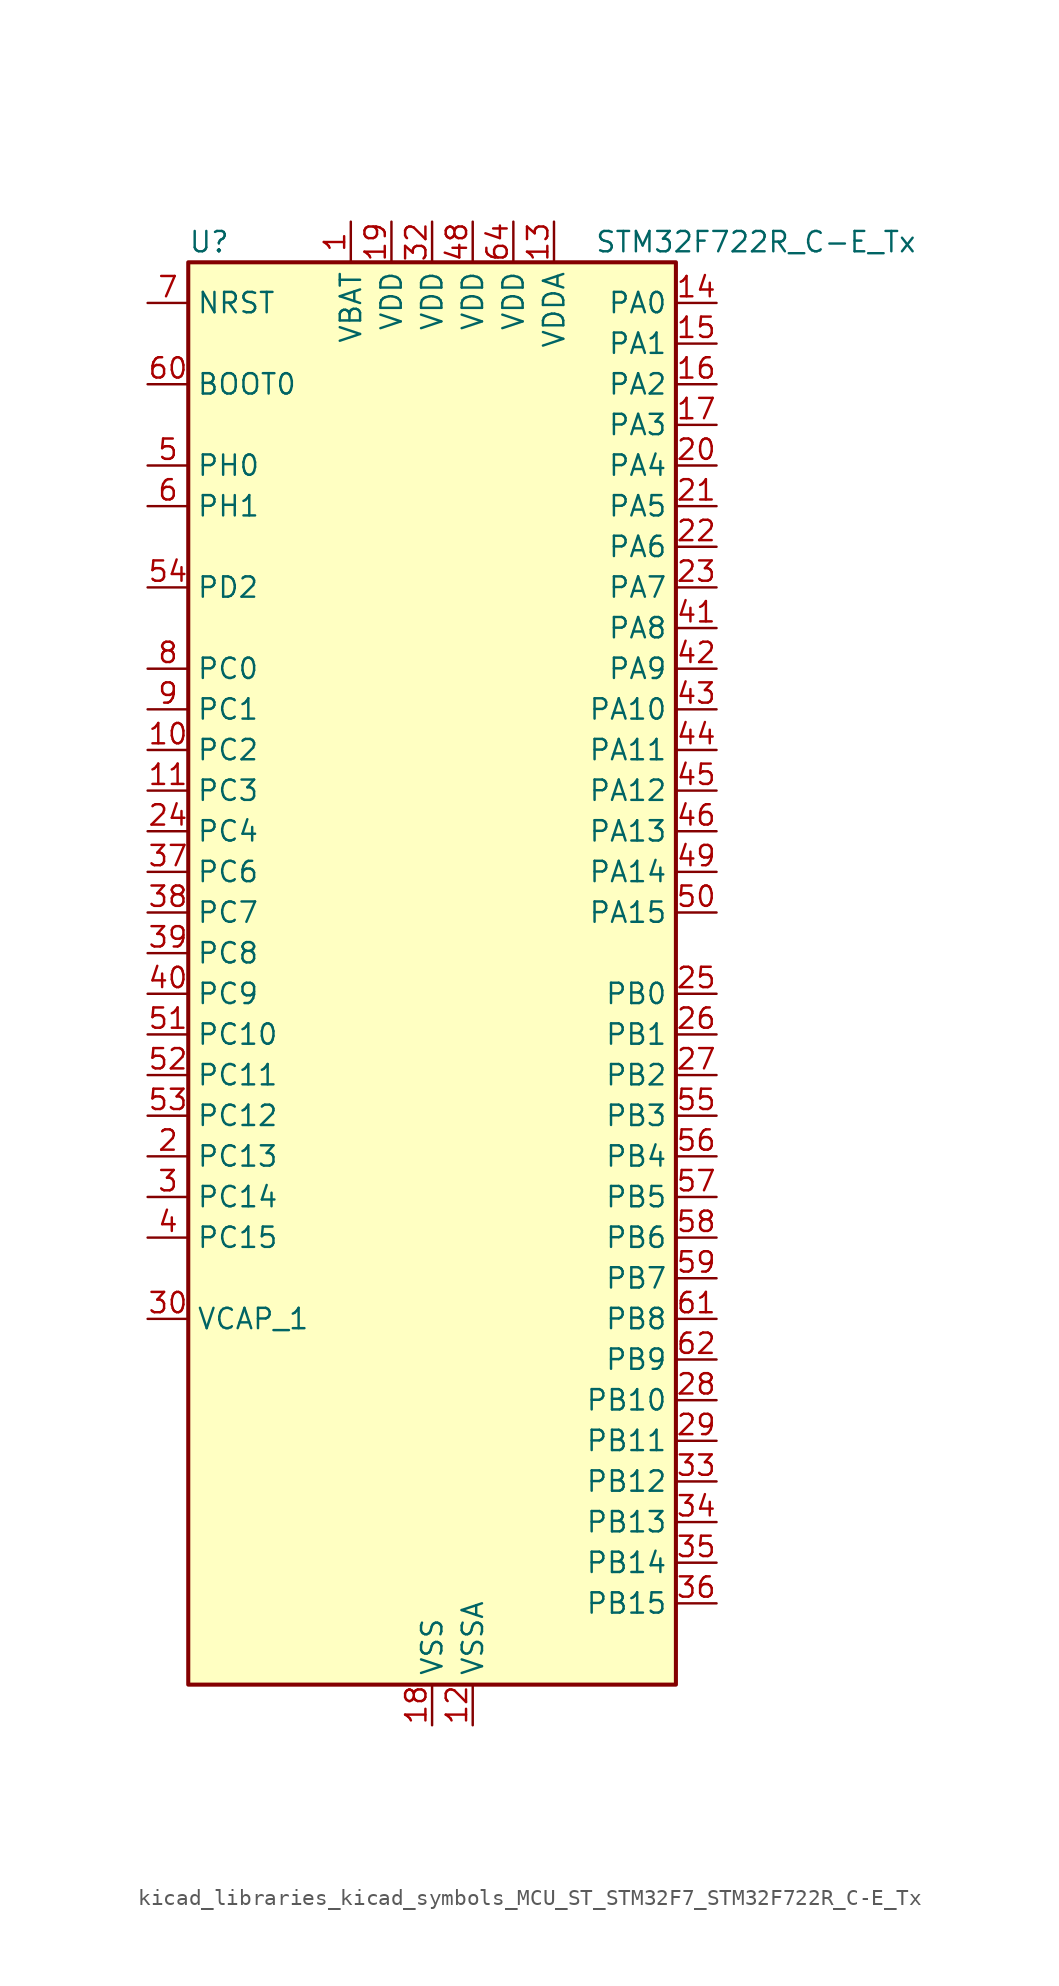
<source format=kicad_sym>
(kicad_symbol_lib
  (version 20220914)
  (generator kicad_symbol_editor)
  (symbol "kicad_libraries_kicad_symbols_MCU_ST_STM32F7_STM32F722R_C-E_Tx"
    (property "Reference" "U"
      (at -15.24 46.99 0)
      (effects (font (size 1.27 1.27)) (justify left)))
    (property "Value" "STM32F722R_C-E_Tx"
      (at 10.16 46.99 0)
      (effects (font (size 1.27 1.27)) (justify left)))
    (property "ki_locked" ""
      (at 0 0 0)
      (effects (font (size 1.27 1.27))))
    (symbol "kicad_libraries_kicad_symbols_MCU_ST_STM32F7_STM32F722R_C-E_Tx_0_1"
      (rectangle (start -15.24 -43.18) (end 15.24 45.72) (stroke (width 0.254) (type default)) (fill (type background))))
    (symbol "kicad_libraries_kicad_symbols_MCU_ST_STM32F7_STM32F722R_C-E_Tx_1_1"
      (pin power_in line (at -5.08 48.26 270) (length 2.54) (name "VBAT" (effects (font (size 1.27 1.27)))) (number "1" (effects (font (size 1.27 1.27)))))
      (pin bidirectional line (at -17.78 15.24 0) (length 2.54) (name "PC2" (effects (font (size 1.27 1.27)))) (number "10" (effects (font (size 1.27 1.27)))) (alternate "ADC1_IN12" bidirectional line) (alternate "ADC2_IN12" bidirectional line) (alternate "ADC3_IN12" bidirectional line) (alternate "SPI2_MISO" bidirectional line) (alternate "USB_OTG_HS_ULPI_DIR" bidirectional line))
      (pin bidirectional line (at -17.78 12.7 0) (length 2.54) (name "PC3" (effects (font (size 1.27 1.27)))) (number "11" (effects (font (size 1.27 1.27)))) (alternate "ADC1_IN13" bidirectional line) (alternate "ADC2_IN13" bidirectional line) (alternate "ADC3_IN13" bidirectional line) (alternate "I2S2_SD" bidirectional line) (alternate "SPI2_MOSI" bidirectional line) (alternate "USB_OTG_HS_ULPI_NXT" bidirectional line))
      (pin power_in line (at 2.54 -45.72 90) (length 2.54) (name "VSSA" (effects (font (size 1.27 1.27)))) (number "12" (effects (font (size 1.27 1.27)))))
      (pin power_in line (at 7.62 48.26 270) (length 2.54) (name "VDDA" (effects (font (size 1.27 1.27)))) (number "13" (effects (font (size 1.27 1.27)))))
      (pin bidirectional line (at 17.78 43.18 180) (length 2.54) (name "PA0" (effects (font (size 1.27 1.27)))) (number "14" (effects (font (size 1.27 1.27)))) (alternate "ADC1_IN0" bidirectional line) (alternate "ADC2_IN0" bidirectional line) (alternate "ADC3_IN0" bidirectional line) (alternate "SAI2_SD_B" bidirectional line) (alternate "SYS_WKUP1" bidirectional line) (alternate "TIM2_CH1" bidirectional line) (alternate "TIM2_ETR" bidirectional line) (alternate "TIM5_CH1" bidirectional line) (alternate "TIM8_ETR" bidirectional line) (alternate "UART4_TX" bidirectional line) (alternate "USART2_CTS" bidirectional line))
      (pin bidirectional line (at 17.78 40.64 180) (length 2.54) (name "PA1" (effects (font (size 1.27 1.27)))) (number "15" (effects (font (size 1.27 1.27)))) (alternate "ADC1_IN1" bidirectional line) (alternate "ADC2_IN1" bidirectional line) (alternate "ADC3_IN1" bidirectional line) (alternate "QUADSPI_BK1_IO3" bidirectional line) (alternate "SAI2_MCLK_B" bidirectional line) (alternate "TIM2_CH2" bidirectional line) (alternate "TIM5_CH2" bidirectional line) (alternate "UART4_RX" bidirectional line) (alternate "USART2_DE" bidirectional line) (alternate "USART2_RTS" bidirectional line))
      (pin bidirectional line (at 17.78 38.1 180) (length 2.54) (name "PA2" (effects (font (size 1.27 1.27)))) (number "16" (effects (font (size 1.27 1.27)))) (alternate "ADC1_IN2" bidirectional line) (alternate "ADC2_IN2" bidirectional line) (alternate "ADC3_IN2" bidirectional line) (alternate "SAI2_SCK_B" bidirectional line) (alternate "SYS_WKUP2" bidirectional line) (alternate "TIM2_CH3" bidirectional line) (alternate "TIM5_CH3" bidirectional line) (alternate "TIM9_CH1" bidirectional line) (alternate "USART2_TX" bidirectional line))
      (pin bidirectional line (at 17.78 35.56 180) (length 2.54) (name "PA3" (effects (font (size 1.27 1.27)))) (number "17" (effects (font (size 1.27 1.27)))) (alternate "ADC1_IN3" bidirectional line) (alternate "ADC2_IN3" bidirectional line) (alternate "ADC3_IN3" bidirectional line) (alternate "TIM2_CH4" bidirectional line) (alternate "TIM5_CH4" bidirectional line) (alternate "TIM9_CH2" bidirectional line) (alternate "USART2_RX" bidirectional line) (alternate "USB_OTG_HS_ULPI_D0" bidirectional line))
      (pin power_in line (at 0 -45.72 90) (length 2.54) (name "VSS" (effects (font (size 1.27 1.27)))) (number "18" (effects (font (size 1.27 1.27)))))
      (pin power_in line (at -2.54 48.26 270) (length 2.54) (name "VDD" (effects (font (size 1.27 1.27)))) (number "19" (effects (font (size 1.27 1.27)))))
      (pin bidirectional line (at -17.78 -10.16 0) (length 2.54) (name "PC13" (effects (font (size 1.27 1.27)))) (number "2" (effects (font (size 1.27 1.27)))) (alternate "RTC_OUT" bidirectional line) (alternate "RTC_TAMP1" bidirectional line) (alternate "RTC_TS" bidirectional line) (alternate "SYS_WKUP4" bidirectional line))
      (pin bidirectional line (at 17.78 33.02 180) (length 2.54) (name "PA4" (effects (font (size 1.27 1.27)))) (number "20" (effects (font (size 1.27 1.27)))) (alternate "ADC1_IN4" bidirectional line) (alternate "ADC2_IN4" bidirectional line) (alternate "DAC_OUT1" bidirectional line) (alternate "I2S1_WS" bidirectional line) (alternate "I2S3_WS" bidirectional line) (alternate "SPI1_NSS" bidirectional line) (alternate "SPI3_NSS" bidirectional line) (alternate "USART2_CK" bidirectional line) (alternate "USB_OTG_HS_SOF" bidirectional line))
      (pin bidirectional line (at 17.78 30.48 180) (length 2.54) (name "PA5" (effects (font (size 1.27 1.27)))) (number "21" (effects (font (size 1.27 1.27)))) (alternate "ADC1_IN5" bidirectional line) (alternate "ADC2_IN5" bidirectional line) (alternate "DAC_OUT2" bidirectional line) (alternate "I2S1_CK" bidirectional line) (alternate "SPI1_SCK" bidirectional line) (alternate "TIM2_CH1" bidirectional line) (alternate "TIM2_ETR" bidirectional line) (alternate "TIM8_CH1N" bidirectional line) (alternate "USB_OTG_HS_ULPI_CK" bidirectional line))
      (pin bidirectional line (at 17.78 27.94 180) (length 2.54) (name "PA6" (effects (font (size 1.27 1.27)))) (number "22" (effects (font (size 1.27 1.27)))) (alternate "ADC1_IN6" bidirectional line) (alternate "ADC2_IN6" bidirectional line) (alternate "SPI1_MISO" bidirectional line) (alternate "TIM13_CH1" bidirectional line) (alternate "TIM1_BKIN" bidirectional line) (alternate "TIM3_CH1" bidirectional line) (alternate "TIM8_BKIN" bidirectional line))
      (pin bidirectional line (at 17.78 25.4 180) (length 2.54) (name "PA7" (effects (font (size 1.27 1.27)))) (number "23" (effects (font (size 1.27 1.27)))) (alternate "ADC1_IN7" bidirectional line) (alternate "ADC2_IN7" bidirectional line) (alternate "I2S1_SD" bidirectional line) (alternate "SPI1_MOSI" bidirectional line) (alternate "TIM14_CH1" bidirectional line) (alternate "TIM1_CH1N" bidirectional line) (alternate "TIM3_CH2" bidirectional line) (alternate "TIM8_CH1N" bidirectional line))
      (pin bidirectional line (at -17.78 10.16 0) (length 2.54) (name "PC4" (effects (font (size 1.27 1.27)))) (number "24" (effects (font (size 1.27 1.27)))) (alternate "ADC1_IN14" bidirectional line) (alternate "ADC2_IN14" bidirectional line) (alternate "I2S1_MCK" bidirectional line))
      (pin bidirectional line (at 17.78 0 180) (length 2.54) (name "PB0" (effects (font (size 1.27 1.27)))) (number "25" (effects (font (size 1.27 1.27)))) (alternate "ADC1_IN8" bidirectional line) (alternate "ADC2_IN8" bidirectional line) (alternate "TIM1_CH2N" bidirectional line) (alternate "TIM3_CH3" bidirectional line) (alternate "TIM8_CH2N" bidirectional line) (alternate "UART4_CTS" bidirectional line) (alternate "USB_OTG_HS_ULPI_D1" bidirectional line))
      (pin bidirectional line (at 17.78 -2.54 180) (length 2.54) (name "PB1" (effects (font (size 1.27 1.27)))) (number "26" (effects (font (size 1.27 1.27)))) (alternate "ADC1_IN9" bidirectional line) (alternate "ADC2_IN9" bidirectional line) (alternate "TIM1_CH3N" bidirectional line) (alternate "TIM3_CH4" bidirectional line) (alternate "TIM8_CH3N" bidirectional line) (alternate "USB_OTG_HS_ULPI_D2" bidirectional line))
      (pin bidirectional line (at 17.78 -5.08 180) (length 2.54) (name "PB2" (effects (font (size 1.27 1.27)))) (number "27" (effects (font (size 1.27 1.27)))) (alternate "I2S3_SD" bidirectional line) (alternate "QUADSPI_CLK" bidirectional line) (alternate "SAI1_SD_A" bidirectional line) (alternate "SPI3_MOSI" bidirectional line))
      (pin bidirectional line (at 17.78 -25.4 180) (length 2.54) (name "PB10" (effects (font (size 1.27 1.27)))) (number "28" (effects (font (size 1.27 1.27)))) (alternate "I2C2_SCL" bidirectional line) (alternate "I2S2_CK" bidirectional line) (alternate "SPI2_SCK" bidirectional line) (alternate "TIM2_CH3" bidirectional line) (alternate "USART3_TX" bidirectional line) (alternate "USB_OTG_HS_ULPI_D3" bidirectional line))
      (pin bidirectional line (at 17.78 -27.94 180) (length 2.54) (name "PB11" (effects (font (size 1.27 1.27)))) (number "29" (effects (font (size 1.27 1.27)))) (alternate "ADC1_EXTI11" bidirectional line) (alternate "ADC2_EXTI11" bidirectional line) (alternate "ADC3_EXTI11" bidirectional line) (alternate "I2C2_SDA" bidirectional line) (alternate "TIM2_CH4" bidirectional line) (alternate "USART3_RX" bidirectional line) (alternate "USB_OTG_HS_ULPI_D4" bidirectional line))
      (pin bidirectional line (at -17.78 -12.7 0) (length 2.54) (name "PC14" (effects (font (size 1.27 1.27)))) (number "3" (effects (font (size 1.27 1.27)))) (alternate "RCC_OSC32_IN" bidirectional line))
      (pin power_out line (at -17.78 -20.32 0) (length 2.54) (name "VCAP_1" (effects (font (size 1.27 1.27)))) (number "30" (effects (font (size 1.27 1.27)))))
      (pin passive line (at 0 -45.72 90) (length 2.54) hide (name "VSS" (effects (font (size 1.27 1.27)))) (number "31" (effects (font (size 1.27 1.27)))))
      (pin power_in line (at 0 48.26 270) (length 2.54) (name "VDD" (effects (font (size 1.27 1.27)))) (number "32" (effects (font (size 1.27 1.27)))))
      (pin bidirectional line (at 17.78 -30.48 180) (length 2.54) (name "PB12" (effects (font (size 1.27 1.27)))) (number "33" (effects (font (size 1.27 1.27)))) (alternate "I2C2_SMBA" bidirectional line) (alternate "I2S2_WS" bidirectional line) (alternate "SPI2_NSS" bidirectional line) (alternate "TIM1_BKIN" bidirectional line) (alternate "USART3_CK" bidirectional line) (alternate "USB_OTG_HS_ID" bidirectional line) (alternate "USB_OTG_HS_ULPI_D5" bidirectional line))
      (pin bidirectional line (at 17.78 -33.02 180) (length 2.54) (name "PB13" (effects (font (size 1.27 1.27)))) (number "34" (effects (font (size 1.27 1.27)))) (alternate "I2S2_CK" bidirectional line) (alternate "SPI2_SCK" bidirectional line) (alternate "TIM1_CH1N" bidirectional line) (alternate "USART3_CTS" bidirectional line) (alternate "USB_OTG_HS_ULPI_D6" bidirectional line) (alternate "USB_OTG_HS_VBUS" bidirectional line))
      (pin bidirectional line (at 17.78 -35.56 180) (length 2.54) (name "PB14" (effects (font (size 1.27 1.27)))) (number "35" (effects (font (size 1.27 1.27)))) (alternate "SPI2_MISO" bidirectional line) (alternate "TIM12_CH1" bidirectional line) (alternate "TIM1_CH2N" bidirectional line) (alternate "TIM8_CH2N" bidirectional line) (alternate "USART3_DE" bidirectional line) (alternate "USART3_RTS" bidirectional line) (alternate "USB_OTG_HS_DM" bidirectional line))
      (pin bidirectional line (at 17.78 -38.1 180) (length 2.54) (name "PB15" (effects (font (size 1.27 1.27)))) (number "36" (effects (font (size 1.27 1.27)))) (alternate "I2S2_SD" bidirectional line) (alternate "RTC_REFIN" bidirectional line) (alternate "SPI2_MOSI" bidirectional line) (alternate "TIM12_CH2" bidirectional line) (alternate "TIM1_CH3N" bidirectional line) (alternate "TIM8_CH3N" bidirectional line) (alternate "USB_OTG_HS_DP" bidirectional line))
      (pin bidirectional line (at -17.78 7.62 0) (length 2.54) (name "PC6" (effects (font (size 1.27 1.27)))) (number "37" (effects (font (size 1.27 1.27)))) (alternate "I2S2_MCK" bidirectional line) (alternate "SDMMC1_D6" bidirectional line) (alternate "TIM3_CH1" bidirectional line) (alternate "TIM8_CH1" bidirectional line) (alternate "USART6_TX" bidirectional line))
      (pin bidirectional line (at -17.78 5.08 0) (length 2.54) (name "PC7" (effects (font (size 1.27 1.27)))) (number "38" (effects (font (size 1.27 1.27)))) (alternate "I2S3_MCK" bidirectional line) (alternate "SDMMC1_D7" bidirectional line) (alternate "TIM3_CH2" bidirectional line) (alternate "TIM8_CH2" bidirectional line) (alternate "USART6_RX" bidirectional line))
      (pin bidirectional line (at -17.78 2.54 0) (length 2.54) (name "PC8" (effects (font (size 1.27 1.27)))) (number "39" (effects (font (size 1.27 1.27)))) (alternate "SDMMC1_D0" bidirectional line) (alternate "SYS_TRACED1" bidirectional line) (alternate "TIM3_CH3" bidirectional line) (alternate "TIM8_CH3" bidirectional line) (alternate "UART5_DE" bidirectional line) (alternate "UART5_RTS" bidirectional line) (alternate "USART6_CK" bidirectional line))
      (pin bidirectional line (at -17.78 -15.24 0) (length 2.54) (name "PC15" (effects (font (size 1.27 1.27)))) (number "4" (effects (font (size 1.27 1.27)))) (alternate "RCC_OSC32_OUT" bidirectional line))
      (pin bidirectional line (at -17.78 0 0) (length 2.54) (name "PC9" (effects (font (size 1.27 1.27)))) (number "40" (effects (font (size 1.27 1.27)))) (alternate "DAC_EXTI9" bidirectional line) (alternate "I2C3_SDA" bidirectional line) (alternate "I2S_CKIN" bidirectional line) (alternate "QUADSPI_BK1_IO0" bidirectional line) (alternate "RCC_MCO_2" bidirectional line) (alternate "SDMMC1_D1" bidirectional line) (alternate "TIM3_CH4" bidirectional line) (alternate "TIM8_CH4" bidirectional line) (alternate "UART5_CTS" bidirectional line))
      (pin bidirectional line (at 17.78 22.86 180) (length 2.54) (name "PA8" (effects (font (size 1.27 1.27)))) (number "41" (effects (font (size 1.27 1.27)))) (alternate "I2C3_SCL" bidirectional line) (alternate "RCC_MCO_1" bidirectional line) (alternate "TIM1_CH1" bidirectional line) (alternate "TIM8_BKIN2" bidirectional line) (alternate "USART1_CK" bidirectional line) (alternate "USB_OTG_FS_SOF" bidirectional line))
      (pin bidirectional line (at 17.78 20.32 180) (length 2.54) (name "PA9" (effects (font (size 1.27 1.27)))) (number "42" (effects (font (size 1.27 1.27)))) (alternate "DAC_EXTI9" bidirectional line) (alternate "I2C3_SMBA" bidirectional line) (alternate "I2S2_CK" bidirectional line) (alternate "SPI2_SCK" bidirectional line) (alternate "TIM1_CH2" bidirectional line) (alternate "USART1_TX" bidirectional line) (alternate "USB_OTG_FS_VBUS" bidirectional line))
      (pin bidirectional line (at 17.78 17.78 180) (length 2.54) (name "PA10" (effects (font (size 1.27 1.27)))) (number "43" (effects (font (size 1.27 1.27)))) (alternate "TIM1_CH3" bidirectional line) (alternate "USART1_RX" bidirectional line) (alternate "USB_OTG_FS_ID" bidirectional line))
      (pin bidirectional line (at 17.78 15.24 180) (length 2.54) (name "PA11" (effects (font (size 1.27 1.27)))) (number "44" (effects (font (size 1.27 1.27)))) (alternate "ADC1_EXTI11" bidirectional line) (alternate "ADC2_EXTI11" bidirectional line) (alternate "ADC3_EXTI11" bidirectional line) (alternate "CAN1_RX" bidirectional line) (alternate "TIM1_CH4" bidirectional line) (alternate "USART1_CTS" bidirectional line) (alternate "USB_OTG_FS_DM" bidirectional line))
      (pin bidirectional line (at 17.78 12.7 180) (length 2.54) (name "PA12" (effects (font (size 1.27 1.27)))) (number "45" (effects (font (size 1.27 1.27)))) (alternate "CAN1_TX" bidirectional line) (alternate "SAI2_FS_B" bidirectional line) (alternate "TIM1_ETR" bidirectional line) (alternate "USART1_DE" bidirectional line) (alternate "USART1_RTS" bidirectional line) (alternate "USB_OTG_FS_DP" bidirectional line))
      (pin bidirectional line (at 17.78 10.16 180) (length 2.54) (name "PA13" (effects (font (size 1.27 1.27)))) (number "46" (effects (font (size 1.27 1.27)))) (alternate "SYS_JTMS-SWDIO" bidirectional line))
      (pin passive line (at 0 -45.72 90) (length 2.54) hide (name "VSS" (effects (font (size 1.27 1.27)))) (number "47" (effects (font (size 1.27 1.27)))))
      (pin power_in line (at 2.54 48.26 270) (length 2.54) (name "VDD" (effects (font (size 1.27 1.27)))) (number "48" (effects (font (size 1.27 1.27)))))
      (pin bidirectional line (at 17.78 7.62 180) (length 2.54) (name "PA14" (effects (font (size 1.27 1.27)))) (number "49" (effects (font (size 1.27 1.27)))) (alternate "SYS_JTCK-SWCLK" bidirectional line))
      (pin bidirectional line (at -17.78 33.02 0) (length 2.54) (name "PH0" (effects (font (size 1.27 1.27)))) (number "5" (effects (font (size 1.27 1.27)))) (alternate "RCC_OSC_IN" bidirectional line))
      (pin bidirectional line (at 17.78 5.08 180) (length 2.54) (name "PA15" (effects (font (size 1.27 1.27)))) (number "50" (effects (font (size 1.27 1.27)))) (alternate "I2S1_WS" bidirectional line) (alternate "I2S3_WS" bidirectional line) (alternate "SPI1_NSS" bidirectional line) (alternate "SPI3_NSS" bidirectional line) (alternate "SYS_JTDI" bidirectional line) (alternate "TIM2_CH1" bidirectional line) (alternate "TIM2_ETR" bidirectional line) (alternate "UART4_DE" bidirectional line) (alternate "UART4_RTS" bidirectional line))
      (pin bidirectional line (at -17.78 -2.54 0) (length 2.54) (name "PC10" (effects (font (size 1.27 1.27)))) (number "51" (effects (font (size 1.27 1.27)))) (alternate "I2S3_CK" bidirectional line) (alternate "QUADSPI_BK1_IO1" bidirectional line) (alternate "SDMMC1_D2" bidirectional line) (alternate "SPI3_SCK" bidirectional line) (alternate "UART4_TX" bidirectional line) (alternate "USART3_TX" bidirectional line))
      (pin bidirectional line (at -17.78 -5.08 0) (length 2.54) (name "PC11" (effects (font (size 1.27 1.27)))) (number "52" (effects (font (size 1.27 1.27)))) (alternate "ADC1_EXTI11" bidirectional line) (alternate "ADC2_EXTI11" bidirectional line) (alternate "ADC3_EXTI11" bidirectional line) (alternate "QUADSPI_BK2_NCS" bidirectional line) (alternate "SDMMC1_D3" bidirectional line) (alternate "SPI3_MISO" bidirectional line) (alternate "UART4_RX" bidirectional line) (alternate "USART3_RX" bidirectional line))
      (pin bidirectional line (at -17.78 -7.62 0) (length 2.54) (name "PC12" (effects (font (size 1.27 1.27)))) (number "53" (effects (font (size 1.27 1.27)))) (alternate "I2S3_SD" bidirectional line) (alternate "SDMMC1_CK" bidirectional line) (alternate "SPI3_MOSI" bidirectional line) (alternate "SYS_TRACED3" bidirectional line) (alternate "UART5_TX" bidirectional line) (alternate "USART3_CK" bidirectional line))
      (pin bidirectional line (at -17.78 25.4 0) (length 2.54) (name "PD2" (effects (font (size 1.27 1.27)))) (number "54" (effects (font (size 1.27 1.27)))) (alternate "SDMMC1_CMD" bidirectional line) (alternate "SYS_TRACED2" bidirectional line) (alternate "TIM3_ETR" bidirectional line) (alternate "UART5_RX" bidirectional line))
      (pin bidirectional line (at 17.78 -7.62 180) (length 2.54) (name "PB3" (effects (font (size 1.27 1.27)))) (number "55" (effects (font (size 1.27 1.27)))) (alternate "I2S1_CK" bidirectional line) (alternate "I2S3_CK" bidirectional line) (alternate "SPI1_SCK" bidirectional line) (alternate "SPI3_SCK" bidirectional line) (alternate "SYS_JTDO-SWO" bidirectional line) (alternate "TIM2_CH2" bidirectional line))
      (pin bidirectional line (at 17.78 -10.16 180) (length 2.54) (name "PB4" (effects (font (size 1.27 1.27)))) (number "56" (effects (font (size 1.27 1.27)))) (alternate "I2S2_WS" bidirectional line) (alternate "SPI1_MISO" bidirectional line) (alternate "SPI2_NSS" bidirectional line) (alternate "SPI3_MISO" bidirectional line) (alternate "SYS_JTRST" bidirectional line) (alternate "TIM3_CH1" bidirectional line))
      (pin bidirectional line (at 17.78 -12.7 180) (length 2.54) (name "PB5" (effects (font (size 1.27 1.27)))) (number "57" (effects (font (size 1.27 1.27)))) (alternate "I2C1_SMBA" bidirectional line) (alternate "I2S1_SD" bidirectional line) (alternate "I2S3_SD" bidirectional line) (alternate "SPI1_MOSI" bidirectional line) (alternate "SPI3_MOSI" bidirectional line) (alternate "TIM3_CH2" bidirectional line) (alternate "USB_OTG_HS_ULPI_D7" bidirectional line))
      (pin bidirectional line (at 17.78 -15.24 180) (length 2.54) (name "PB6" (effects (font (size 1.27 1.27)))) (number "58" (effects (font (size 1.27 1.27)))) (alternate "I2C1_SCL" bidirectional line) (alternate "QUADSPI_BK1_NCS" bidirectional line) (alternate "TIM4_CH1" bidirectional line) (alternate "USART1_TX" bidirectional line))
      (pin bidirectional line (at 17.78 -17.78 180) (length 2.54) (name "PB7" (effects (font (size 1.27 1.27)))) (number "59" (effects (font (size 1.27 1.27)))) (alternate "I2C1_SDA" bidirectional line) (alternate "TIM4_CH2" bidirectional line) (alternate "USART1_RX" bidirectional line))
      (pin bidirectional line (at -17.78 30.48 0) (length 2.54) (name "PH1" (effects (font (size 1.27 1.27)))) (number "6" (effects (font (size 1.27 1.27)))) (alternate "RCC_OSC_OUT" bidirectional line))
      (pin input line (at -17.78 38.1 0) (length 2.54) (name "BOOT0" (effects (font (size 1.27 1.27)))) (number "60" (effects (font (size 1.27 1.27)))))
      (pin bidirectional line (at 17.78 -20.32 180) (length 2.54) (name "PB8" (effects (font (size 1.27 1.27)))) (number "61" (effects (font (size 1.27 1.27)))) (alternate "CAN1_RX" bidirectional line) (alternate "I2C1_SCL" bidirectional line) (alternate "SDMMC1_D4" bidirectional line) (alternate "TIM10_CH1" bidirectional line) (alternate "TIM4_CH3" bidirectional line))
      (pin bidirectional line (at 17.78 -22.86 180) (length 2.54) (name "PB9" (effects (font (size 1.27 1.27)))) (number "62" (effects (font (size 1.27 1.27)))) (alternate "CAN1_TX" bidirectional line) (alternate "DAC_EXTI9" bidirectional line) (alternate "I2C1_SDA" bidirectional line) (alternate "I2S2_WS" bidirectional line) (alternate "SDMMC1_D5" bidirectional line) (alternate "SPI2_NSS" bidirectional line) (alternate "TIM11_CH1" bidirectional line) (alternate "TIM4_CH4" bidirectional line))
      (pin passive line (at 0 -45.72 90) (length 2.54) hide (name "VSS" (effects (font (size 1.27 1.27)))) (number "63" (effects (font (size 1.27 1.27)))))
      (pin power_in line (at 5.08 48.26 270) (length 2.54) (name "VDD" (effects (font (size 1.27 1.27)))) (number "64" (effects (font (size 1.27 1.27)))))
      (pin input line (at -17.78 43.18 0) (length 2.54) (name "NRST" (effects (font (size 1.27 1.27)))) (number "7" (effects (font (size 1.27 1.27)))))
      (pin bidirectional line (at -17.78 20.32 0) (length 2.54) (name "PC0" (effects (font (size 1.27 1.27)))) (number "8" (effects (font (size 1.27 1.27)))) (alternate "ADC1_IN10" bidirectional line) (alternate "ADC2_IN10" bidirectional line) (alternate "ADC3_IN10" bidirectional line) (alternate "SAI2_FS_B" bidirectional line) (alternate "USB_OTG_HS_ULPI_STP" bidirectional line))
      (pin bidirectional line (at -17.78 17.78 0) (length 2.54) (name "PC1" (effects (font (size 1.27 1.27)))) (number "9" (effects (font (size 1.27 1.27)))) (alternate "ADC1_IN11" bidirectional line) (alternate "ADC2_IN11" bidirectional line) (alternate "ADC3_IN11" bidirectional line) (alternate "I2S2_SD" bidirectional line) (alternate "RTC_TAMP3" bidirectional line) (alternate "RTC_TS" bidirectional line) (alternate "SAI1_SD_A" bidirectional line) (alternate "SPI2_MOSI" bidirectional line) (alternate "SYS_TRACED0" bidirectional line) (alternate "SYS_WKUP3" bidirectional line)))))
</source>
